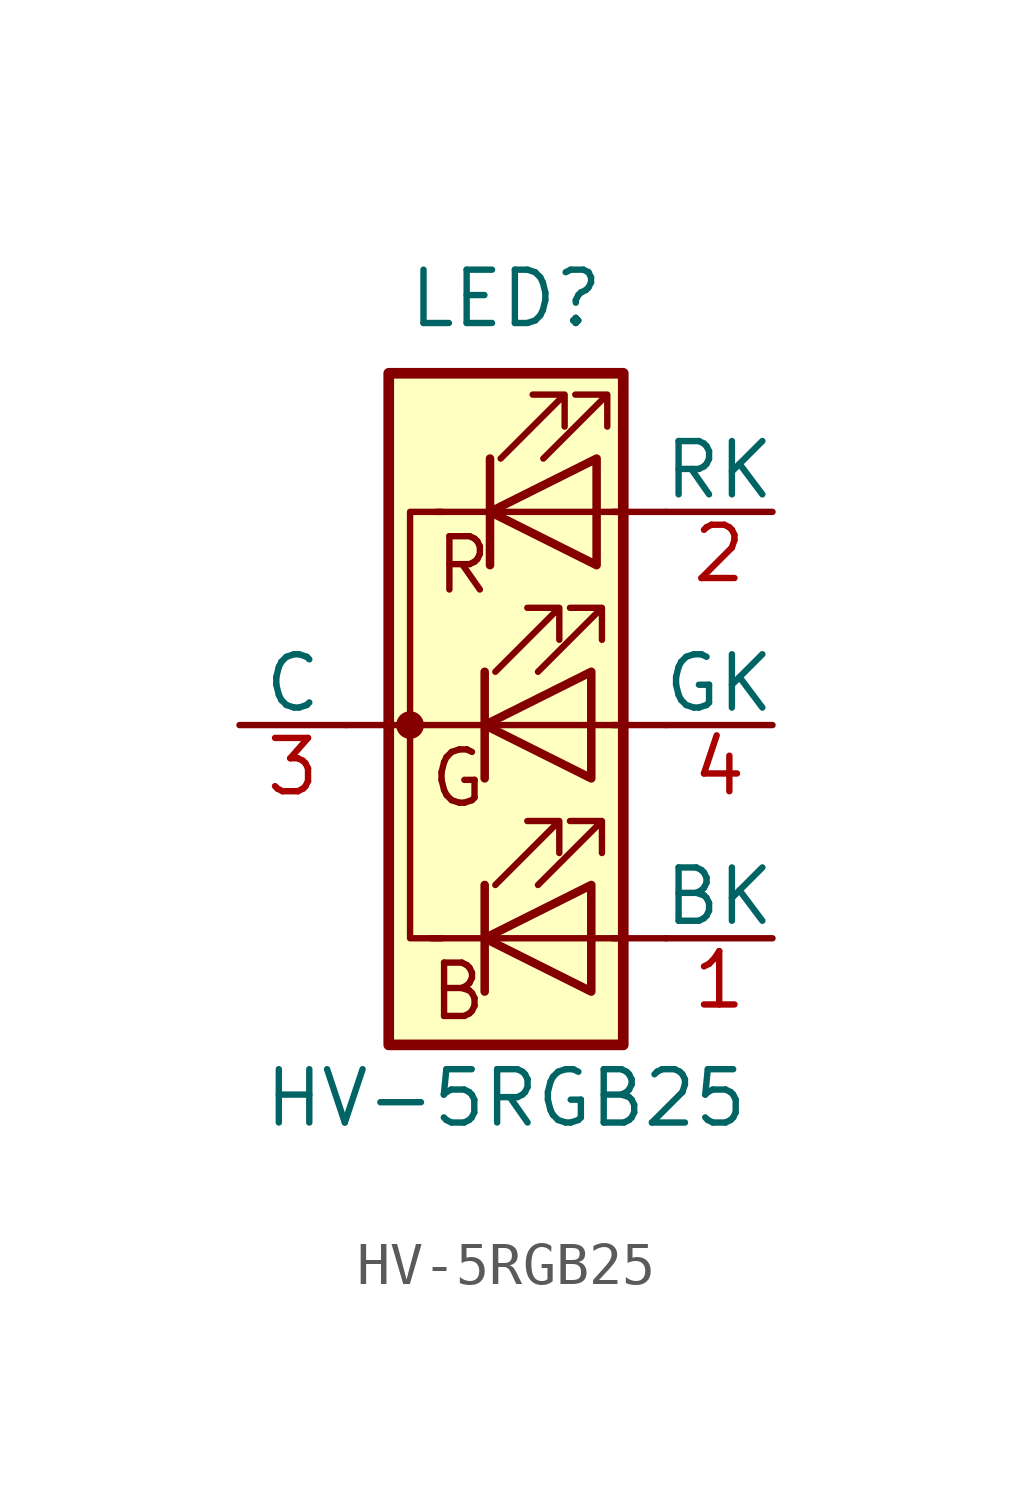
<source format=kicad_sym>
(kicad_symbol_lib
  (version 20220914)
  (generator kicad_symbol_editor)
  (symbol "HV-5RGB25"
    (pin_names
      (offset 0))
    (property "Reference" "LED"
      (at 0 1.27 0)
      (effects (font (size 1.27 1.27))))
    (property "Value" "HV-5RGB25"
      (at 0 -17.78 0)
      (effects (font (size 1.27 1.27))))
    (symbol "HV-5RGB25_0_1"
      (polyline (pts (xy -3.81 -8.89) (xy -2.54 -8.89)) (stroke (width 0) (type solid)) (fill (type none)))
      (polyline (pts (xy 2.032 -13.97) (xy 2.794 -13.97)) (stroke (width 0) (type solid)) (fill (type none)))
      (polyline (pts (xy 2.159 -3.81) (xy 2.794 -3.81)) (stroke (width 0) (type solid)) (fill (type none)))
      (polyline (pts (xy 2.54 -13.97) (xy 3.81 -13.97)) (stroke (width 0) (type solid)) (fill (type none)))
      (polyline (pts (xy 2.54 -8.89) (xy 3.81 -8.89)) (stroke (width 0) (type solid)) (fill (type none)))
      (polyline (pts (xy 2.54 -3.81) (xy 3.81 -3.81)) (stroke (width 0) (type solid)) (fill (type none))))
    (symbol "HV-5RGB25_1_1"
      (circle (center -2.286 -8.89) (radius 0.254) (stroke (width 0) (type solid)) (fill (type outline)))
      (polyline (pts (xy -1.778 -13.97) (xy 2.032 -13.97)) (stroke (width 0) (type solid)) (fill (type none)))
      (polyline (pts (xy -0.508 -12.7) (xy -0.508 -15.24)) (stroke (width 0.203) (type solid)) (fill (type none)))
      (polyline (pts (xy -0.508 -7.62) (xy -0.508 -10.16)) (stroke (width 0.203) (type solid)) (fill (type none)))
      (polyline (pts (xy -0.381 -2.54) (xy -0.381 -5.08)) (stroke (width 0.203) (type solid)) (fill (type none)))
      (polyline (pts (xy 2.159 -3.81) (xy -1.651 -3.81)) (stroke (width 0) (type solid)) (fill (type none)))
      (polyline (pts (xy 2.794 -8.89) (xy -2.286 -8.89)) (stroke (width 0) (type solid)) (fill (type none)))
      (polyline (pts (xy -1.524 -3.81) (xy -2.286 -3.81) (xy -2.286 -13.97) (xy -1.524 -13.97)) (stroke (width 0) (type solid)) (fill (type none)))
      (polyline (pts (xy 2.032 -12.7) (xy 2.032 -15.24) (xy -0.508 -13.97) (xy 2.032 -12.7)) (stroke (width 0.203) (type solid)) (fill (type none)))
      (polyline (pts (xy 2.032 -7.62) (xy 2.032 -10.16) (xy -0.508 -8.89) (xy 2.032 -7.62)) (stroke (width 0.203) (type solid)) (fill (type none)))
      (polyline (pts (xy 2.159 -2.54) (xy 2.159 -5.08) (xy -0.381 -3.81) (xy 2.159 -2.54)) (stroke (width 0.203) (type solid)) (fill (type none)))
      (polyline (pts (xy -0.254 -12.7) (xy 1.27 -11.176) (xy 0.508 -11.176) (xy 1.27 -11.176) (xy 1.27 -11.938)) (stroke (width 0) (type solid)) (fill (type none)))
      (polyline (pts (xy -0.254 -7.62) (xy 1.27 -6.096) (xy 0.508 -6.096) (xy 1.27 -6.096) (xy 1.27 -6.858)) (stroke (width 0) (type solid)) (fill (type none)))
      (polyline (pts (xy -0.127 -2.54) (xy 1.397 -1.016) (xy 0.635 -1.016) (xy 1.397 -1.016) (xy 1.397 -1.778)) (stroke (width 0) (type solid)) (fill (type none)))
      (polyline (pts (xy 0.762 -12.7) (xy 2.286 -11.176) (xy 1.524 -11.176) (xy 2.286 -11.176) (xy 2.286 -11.938)) (stroke (width 0) (type solid)) (fill (type none)))
      (polyline (pts (xy 0.762 -7.62) (xy 2.286 -6.096) (xy 1.524 -6.096) (xy 2.286 -6.096) (xy 2.286 -6.858)) (stroke (width 0) (type solid)) (fill (type none)))
      (polyline (pts (xy 0.889 -2.54) (xy 2.413 -1.016) (xy 1.651 -1.016) (xy 2.413 -1.016) (xy 2.413 -1.778)) (stroke (width 0) (type solid)) (fill (type none)))
      (rectangle (start 2.159 -2.54) (end 2.159 -2.54) (stroke (width 0) (type solid)) (fill (type none)))
      (rectangle (start 2.794 -0.508) (end -2.794 -16.51) (stroke (width 0.254) (type solid)) (fill (type background)))
      (text "B" (at -1.143 -15.24 0) (effects (font (size 1.27 1.27))))
      (text "G" (at -1.143 -10.16 0) (effects (font (size 1.27 1.27))))
      (text "R" (at -1.016 -5.08 0) (effects (font (size 1.27 1.27))))
      (pin passive line (at 6.35 -13.97 180) (length 2.54) (name "BK" (effects (font (size 1.27 1.27)))) (number "1" (effects (font (size 1.27 1.27)))))
      (pin passive line (at 6.35 -3.81 180) (length 2.54) (name "RK" (effects (font (size 1.27 1.27)))) (number "2" (effects (font (size 1.27 1.27)))))
      (pin passive line (at -6.35 -8.89 0) (length 2.54) (name "C" (effects (font (size 1.27 1.27)))) (number "3" (effects (font (size 1.27 1.27)))))
      (pin passive line (at 6.35 -8.89 180) (length 2.54) (name "GK" (effects (font (size 1.27 1.27)))) (number "4" (effects (font (size 1.27 1.27))))))))
</source>
